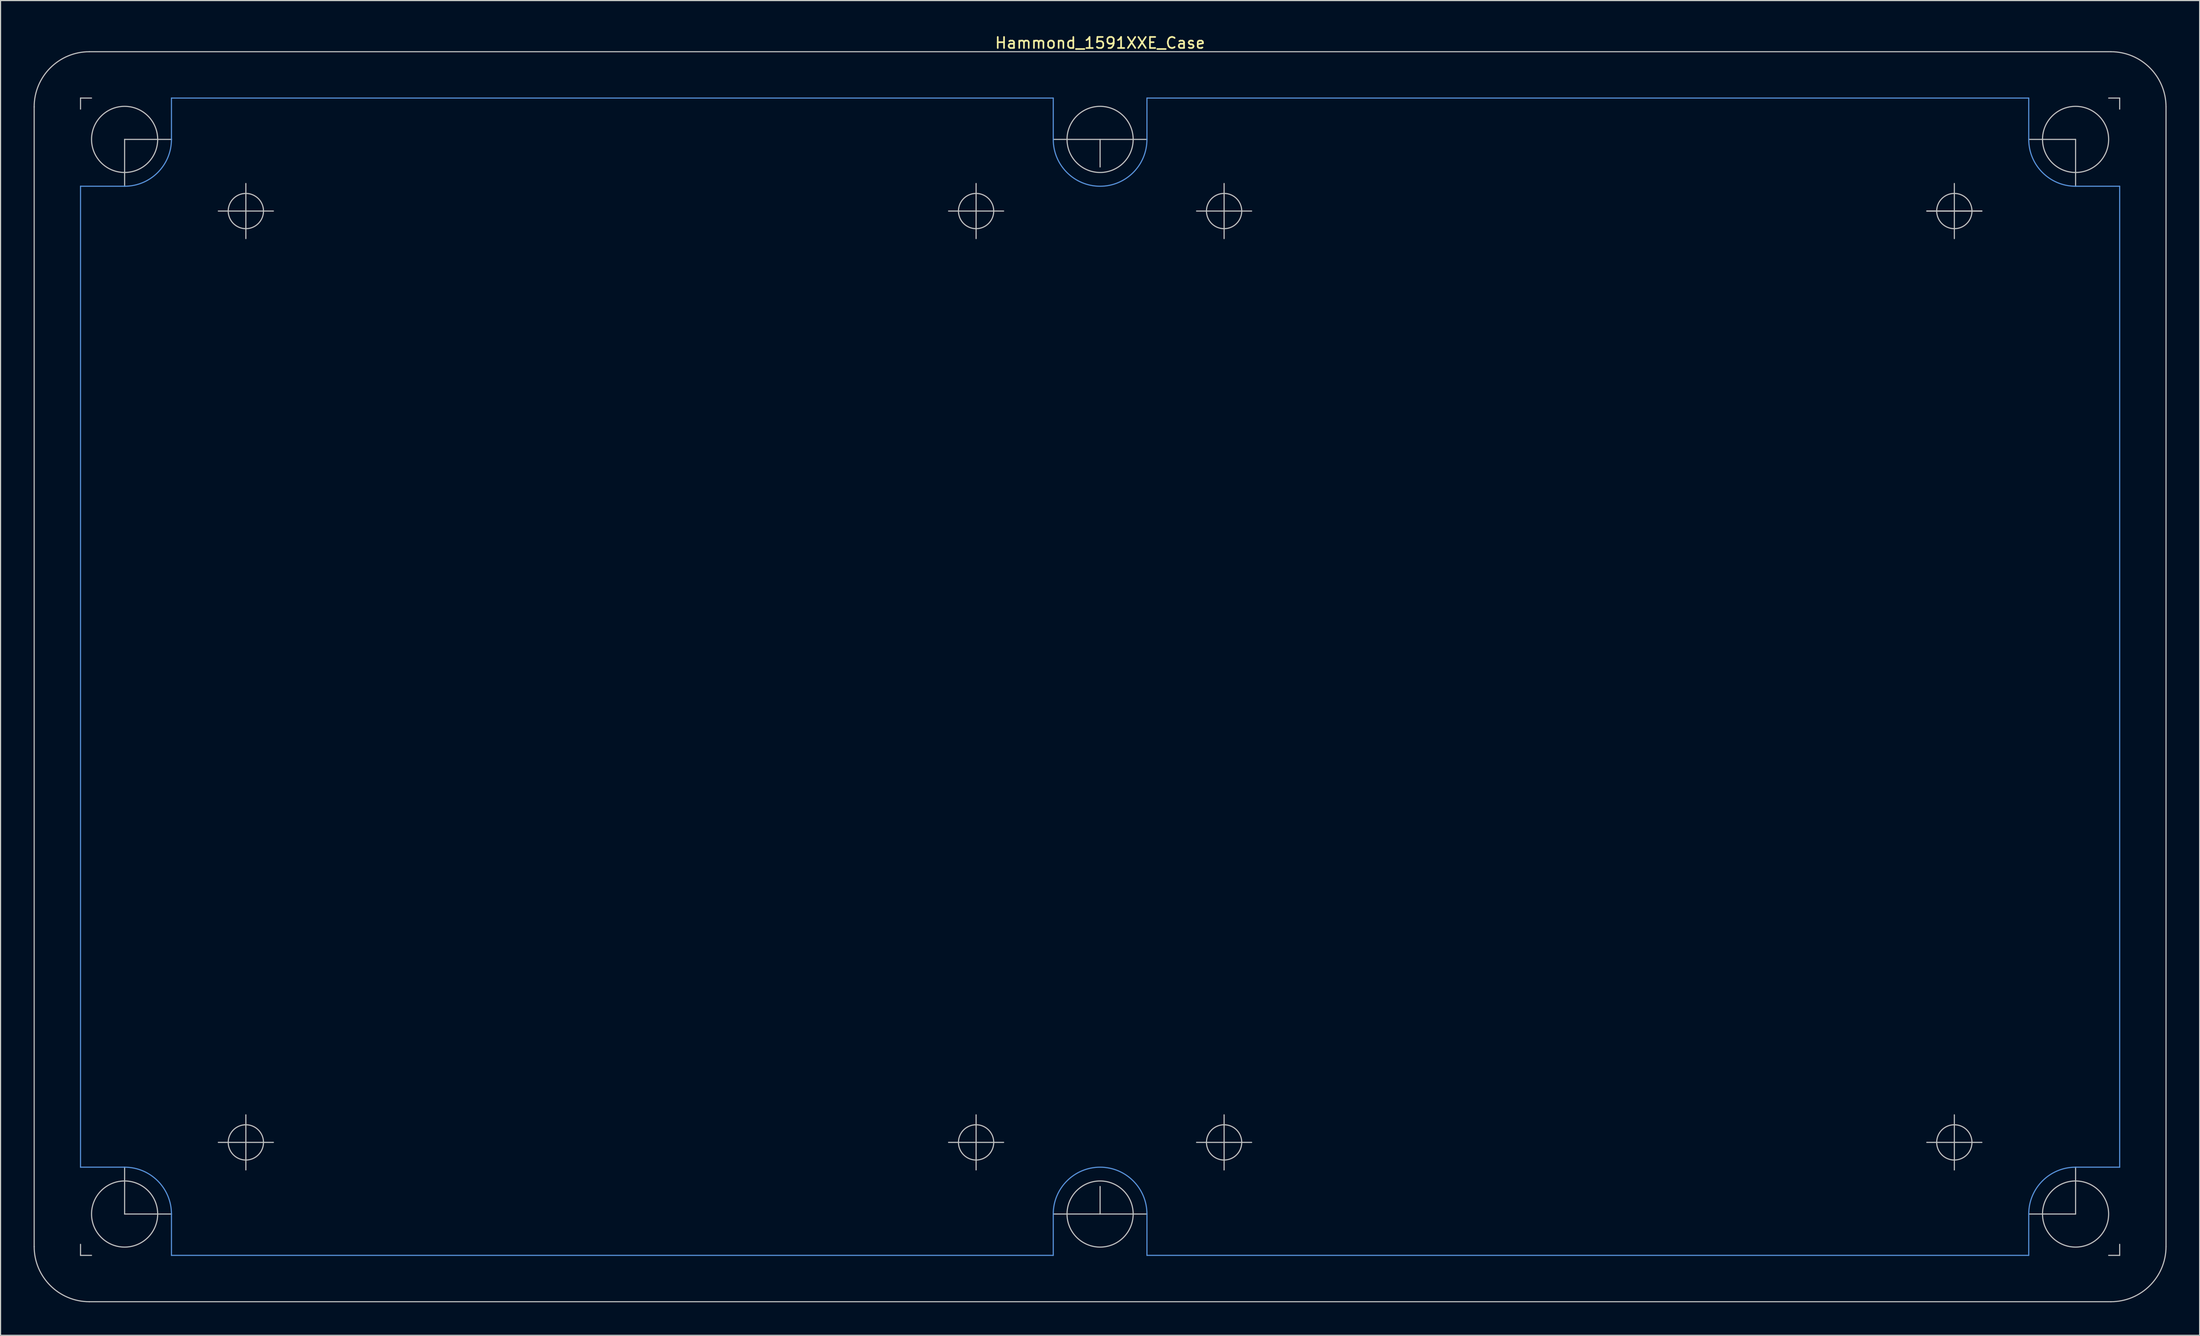
<source format=kicad_pcb>
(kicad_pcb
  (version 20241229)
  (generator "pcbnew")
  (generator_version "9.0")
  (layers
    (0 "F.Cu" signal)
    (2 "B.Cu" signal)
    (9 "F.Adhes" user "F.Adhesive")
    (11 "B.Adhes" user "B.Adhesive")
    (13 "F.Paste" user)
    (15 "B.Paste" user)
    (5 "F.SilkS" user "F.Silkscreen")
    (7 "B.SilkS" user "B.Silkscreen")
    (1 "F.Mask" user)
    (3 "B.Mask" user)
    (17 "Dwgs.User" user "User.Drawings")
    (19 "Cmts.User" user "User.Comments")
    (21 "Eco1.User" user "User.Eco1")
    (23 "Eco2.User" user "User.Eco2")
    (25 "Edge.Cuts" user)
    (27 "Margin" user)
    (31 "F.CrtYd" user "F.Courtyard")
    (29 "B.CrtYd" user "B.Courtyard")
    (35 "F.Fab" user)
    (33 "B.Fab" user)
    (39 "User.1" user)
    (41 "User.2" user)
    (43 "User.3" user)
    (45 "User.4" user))
  (footprint "Hammond_1591XXE_Case"
    (layer "F.Cu")
    (at 96.755 58.348)
    (property "Reference" "Hammond_1591XXE_Case" (at 0 -57.5 0) (layer "F.SilkS") (effects (font (size 1 1) (thickness 0.15))))
    (attr through_hole)
    (fp_line (start -96.705 -51.705) (end -96.705 51.705) (stroke (width 0.1) (type solid)) (layer "Dwgs.User"))
    (fp_line (start -92.5 -52.5) (end -92.5 -51.5) (stroke (width 0.1) (type solid)) (layer "Dwgs.User"))
    (fp_line (start -92.5 -52.5) (end -91.5 -52.5) (stroke (width 0.1) (type solid)) (layer "Dwgs.User"))
    (fp_line (start -92.5 52.5) (end -92.5 51.5) (stroke (width 0.1) (type solid)) (layer "Dwgs.User"))
    (fp_line (start -92.5 52.5) (end -91.5 52.5) (stroke (width 0.1) (type solid)) (layer "Dwgs.User"))
    (fp_line (start -91.705 56.705) (end 91.705 56.705) (stroke (width 0.1) (type solid)) (layer "Dwgs.User"))
    (fp_line (start -88.5 -48.75) (end -88.5 -44.5) (stroke (width 0.1) (type solid)) (layer "Dwgs.User"))
    (fp_line (start -88.5 -48.75) (end -84.25 -48.75) (stroke (width 0.1) (type solid)) (layer "Dwgs.User"))
    (fp_line (start -88.5 48.75) (end -88.5 44.5) (stroke (width 0.1) (type solid)) (layer "Dwgs.User"))
    (fp_line (start -88.5 48.75) (end -84.25 48.75) (stroke (width 0.1) (type solid)) (layer "Dwgs.User"))
    (fp_line (start -80 -42.25) (end -75 -42.25) (stroke (width 0.1) (type solid)) (layer "Dwgs.User"))
    (fp_line (start -80 42.25) (end -75 42.25) (stroke (width 0.1) (type solid)) (layer "Dwgs.User"))
    (fp_line (start -77.5 -44.75) (end -77.5 -39.75) (stroke (width 0.1) (type solid)) (layer "Dwgs.User"))
    (fp_line (start -77.5 39.75) (end -77.5 44.75) (stroke (width 0.1) (type solid)) (layer "Dwgs.User"))
    (fp_line (start -13.75 -42.25) (end -8.75 -42.25) (stroke (width 0.1) (type solid)) (layer "Dwgs.User"))
    (fp_line (start -13.75 42.25) (end -8.75 42.25) (stroke (width 0.1) (type solid)) (layer "Dwgs.User"))
    (fp_line (start -11.25 -44.75) (end -11.25 -39.75) (stroke (width 0.1) (type solid)) (layer "Dwgs.User"))
    (fp_line (start -11.25 39.75) (end -11.25 44.75) (stroke (width 0.1) (type solid)) (layer "Dwgs.User"))
    (fp_line (start -4.25 -48.75) (end 4.25 -48.75) (stroke (width 0.1) (type solid)) (layer "Dwgs.User"))
    (fp_line (start 0 -48.75) (end 0 -46.25) (stroke (width 0.1) (type solid)) (layer "Dwgs.User"))
    (fp_line (start 0 48.75) (end 0 46.25) (stroke (width 0.1) (type solid)) (layer "Dwgs.User"))
    (fp_line (start 4.25 48.75) (end -4.25 48.75) (stroke (width 0.1) (type solid)) (layer "Dwgs.User"))
    (fp_line (start 8.75 -42.25) (end 13.75 -42.25) (stroke (width 0.1) (type solid)) (layer "Dwgs.User"))
    (fp_line (start 8.75 42.25) (end 13.75 42.25) (stroke (width 0.1) (type solid)) (layer "Dwgs.User"))
    (fp_line (start 11.25 -44.75) (end 11.25 -39.75) (stroke (width 0.1) (type solid)) (layer "Dwgs.User"))
    (fp_line (start 11.25 39.75) (end 11.25 44.75) (stroke (width 0.1) (type solid)) (layer "Dwgs.User"))
    (fp_line (start 75 -42.25) (end 80 -42.25) (stroke (width 0.1) (type solid)) (layer "Dwgs.User"))
    (fp_line (start 75 42.25) (end 80 42.25) (stroke (width 0.1) (type solid)) (layer "Dwgs.User"))
    (fp_line (start 77.5 -44.75) (end 77.5 -39.75) (stroke (width 0.1) (type solid)) (layer "Dwgs.User"))
    (fp_line (start 77.5 39.75) (end 77.5 44.75) (stroke (width 0.1) (type solid)) (layer "Dwgs.User"))
    (fp_line (start 80 -42.25) (end 75 -42.25) (stroke (width 0.1) (type solid)) (layer "Dwgs.User"))
    (fp_line (start 88.5 -48.75) (end 84.25 -48.75) (stroke (width 0.1) (type solid)) (layer "Dwgs.User"))
    (fp_line (start 88.5 -48.75) (end 88.5 -44.5) (stroke (width 0.1) (type solid)) (layer "Dwgs.User"))
    (fp_line (start 88.5 48.75) (end 84.25 48.75) (stroke (width 0.1) (type solid)) (layer "Dwgs.User"))
    (fp_line (start 88.5 48.75) (end 88.5 44.5) (stroke (width 0.1) (type solid)) (layer "Dwgs.User"))
    (fp_line (start 91.705 -56.705) (end -91.705 -56.705) (stroke (width 0.1) (type solid)) (layer "Dwgs.User"))
    (fp_line (start 92.5 -52.5) (end 91.5 -52.5) (stroke (width 0.1) (type solid)) (layer "Dwgs.User"))
    (fp_line (start 92.5 -52.5) (end 92.5 -51.5) (stroke (width 0.1) (type solid)) (layer "Dwgs.User"))
    (fp_line (start 92.5 52.5) (end 91.5 52.5) (stroke (width 0.1) (type solid)) (layer "Dwgs.User"))
    (fp_line (start 92.5 52.5) (end 92.5 51.5) (stroke (width 0.1) (type solid)) (layer "Dwgs.User"))
    (fp_line (start 96.705 51.705) (end 96.705 -51.705) (stroke (width 0.1) (type solid)) (layer "Dwgs.User"))
    (fp_arc (start -96.705 -51.705) (mid -95.240534 -55.240534) (end -91.705 -56.705) (stroke (width 0.1) (type solid)) (layer "Dwgs.User"))
    (fp_arc (start -91.705 56.705) (mid -95.240534 55.240534) (end -96.705 51.705) (stroke (width 0.1) (type solid)) (layer "Dwgs.User"))
    (fp_arc (start 91.705 -56.705) (mid 95.240534 -55.240534) (end 96.705 -51.705) (stroke (width 0.1) (type solid)) (layer "Dwgs.User"))
    (fp_arc (start 96.705 51.705) (mid 95.240534 55.240534) (end 91.705 56.705) (stroke (width 0.1) (type solid)) (layer "Dwgs.User"))
    (fp_circle (center -88.5 -48.75) (end -85.5 -48.75) (stroke (width 0.1) (type solid)) (fill no) (layer "Dwgs.User"))
    (fp_circle (center -88.5 48.75) (end -85.5 48.75) (stroke (width 0.1) (type solid)) (fill no) (layer "Dwgs.User"))
    (fp_circle (center -77.5 -42.25) (end -75.9 -42.25) (stroke (width 0.1) (type solid)) (fill no) (layer "Dwgs.User"))
    (fp_circle (center -77.5 42.25) (end -75.9 42.25) (stroke (width 0.1) (type solid)) (fill no) (layer "Dwgs.User"))
    (fp_circle (center -11.25 -42.25) (end -9.65 -42.25) (stroke (width 0.1) (type solid)) (fill no) (layer "Dwgs.User"))
    (fp_circle (center -11.25 42.25) (end -9.65 42.25) (stroke (width 0.1) (type solid)) (fill no) (layer "Dwgs.User"))
    (fp_circle (center 0 -48.75) (end 3 -48.75) (stroke (width 0.1) (type solid)) (fill no) (layer "Dwgs.User"))
    (fp_circle (center 0 48.75) (end -3 48.75) (stroke (width 0.1) (type solid)) (fill no) (layer "Dwgs.User"))
    (fp_circle (center 11.25 -42.25) (end 12.85 -42.25) (stroke (width 0.1) (type solid)) (fill no) (layer "Dwgs.User"))
    (fp_circle (center 11.25 42.25) (end 12.85 42.25) (stroke (width 0.1) (type solid)) (fill no) (layer "Dwgs.User"))
    (fp_circle (center 77.5 -42.25) (end 79.1 -42.25) (stroke (width 0.1) (type solid)) (fill no) (layer "Dwgs.User"))
    (fp_circle (center 77.5 42.25) (end 79.1 42.25) (stroke (width 0.1) (type solid)) (fill no) (layer "Dwgs.User"))
    (fp_circle (center 88.5 -48.75) (end 85.5 -48.75) (stroke (width 0.1) (type solid)) (fill no) (layer "Dwgs.User"))
    (fp_circle (center 88.5 48.75) (end 85.5 48.75) (stroke (width 0.1) (type solid)) (fill no) (layer "Dwgs.User"))
    (fp_line (start -92.5 -44.5) (end -88.5 -44.5) (stroke (width 0.1) (type solid)) (layer "Cmts.User"))
    (fp_line (start -92.5 44.5) (end -92.5 -44.5) (stroke (width 0.1) (type solid)) (layer "Cmts.User"))
    (fp_line (start -92.5 44.5) (end -88.5 44.5) (stroke (width 0.1) (type solid)) (layer "Cmts.User"))
    (fp_line (start -84.25 -52.5) (end -84.25 -48.75) (stroke (width 0.1) (type solid)) (layer "Cmts.User"))
    (fp_line (start -84.25 -52.5) (end -4.25 -52.5) (stroke (width 0.1) (type solid)) (layer "Cmts.User"))
    (fp_line (start -84.25 48.75) (end -84.25 52.5) (stroke (width 0.1) (type solid)) (layer "Cmts.User"))
    (fp_line (start -4.25 -52.5) (end -4.25 -48.75) (stroke (width 0.1) (type solid)) (layer "Cmts.User"))
    (fp_line (start -4.25 52.5) (end -84.25 52.5) (stroke (width 0.1) (type solid)) (layer "Cmts.User"))
    (fp_line (start -4.25 52.5) (end -4.25 48.75) (stroke (width 0.1) (type solid)) (layer "Cmts.User"))
    (fp_line (start 4.25 -52.5) (end 4.25 -48.75) (stroke (width 0.1) (type solid)) (layer "Cmts.User"))
    (fp_line (start 4.25 -52.5) (end 84.25 -52.5) (stroke (width 0.1) (type solid)) (layer "Cmts.User"))
    (fp_line (start 4.25 52.5) (end 4.25 48.75) (stroke (width 0.1) (type solid)) (layer "Cmts.User"))
    (fp_line (start 84.25 -48.75) (end 84.25 -52.5) (stroke (width 0.1) (type solid)) (layer "Cmts.User"))
    (fp_line (start 84.25 52.5) (end 4.25 52.5) (stroke (width 0.1) (type solid)) (layer "Cmts.User"))
    (fp_line (start 84.25 52.5) (end 84.25 48.75) (stroke (width 0.1) (type solid)) (layer "Cmts.User"))
    (fp_line (start 92.5 -44.5) (end 88.5 -44.5) (stroke (width 0.1) (type solid)) (layer "Cmts.User"))
    (fp_line (start 92.5 -44.5) (end 92.5 44.5) (stroke (width 0.1) (type solid)) (layer "Cmts.User"))
    (fp_line (start 92.5 44.5) (end 88.5 44.5) (stroke (width 0.1) (type solid)) (layer "Cmts.User"))
    (fp_arc (start -88.5 44.5) (mid -85.494796 45.744796) (end -84.25 48.75) (stroke (width 0.1) (type solid)) (layer "Cmts.User"))
    (fp_arc (start -84.25 -48.75) (mid -85.494796 -45.744796) (end -88.5 -44.5) (stroke (width 0.1) (type solid)) (layer "Cmts.User"))
    (fp_arc (start -4.25 48.75) (mid 0 44.5) (end 4.25 48.75) (stroke (width 0.1) (type solid)) (layer "Cmts.User"))
    (fp_arc (start 4.25 -48.75) (mid 0 -44.5) (end -4.25 -48.75) (stroke (width 0.1) (type solid)) (layer "Cmts.User"))
    (fp_arc (start 84.25 48.75) (mid 85.494796 45.744796) (end 88.5 44.5) (stroke (width 0.1) (type solid)) (layer "Cmts.User"))
    (fp_arc (start 88.5 -44.5) (mid 85.494796 -45.744796) (end 84.25 -48.75) (stroke (width 0.1) (type solid)) (layer "Cmts.User")))
  (gr_rect
    (start -3 -3)
    (end 196.51 118.103)
    (stroke (width 0.1) (type default))
    (fill no)
    (layer "Edge.Cuts")))
</source>
